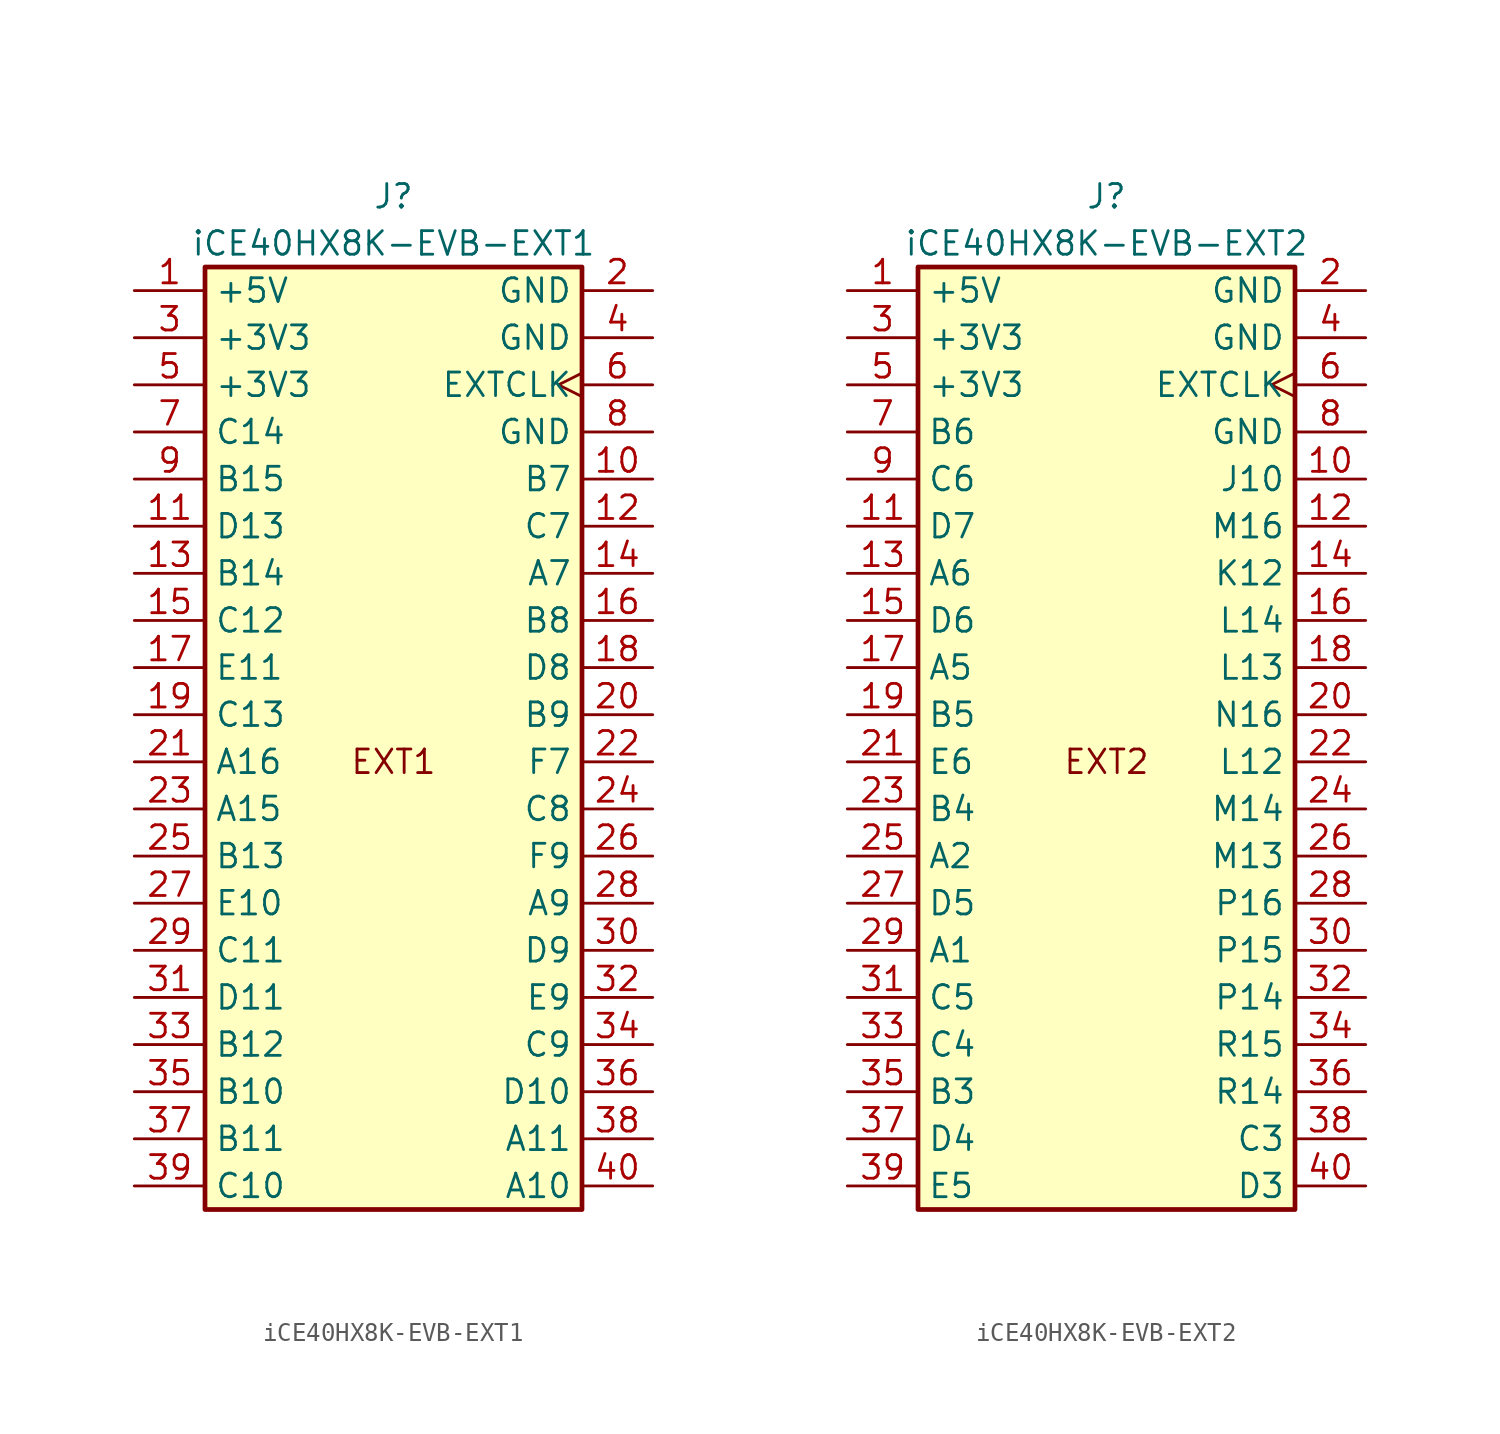
<source format=kicad_sym>
(kicad_symbol_lib
  (version 20211014)
  (generator kicad_symbol_editor)
  (symbol "iCE40HX8K-EVB-EXT1"
    (property "Reference" "J"
      (at 0 30.48 0)
      (effects (font (size 1.27 1.27))))
    (property "Value" "iCE40HX8K-EVB-EXT1"
      (at 0 27.94 0)
      (effects (font (size 1.27 1.27))))
    (symbol "iCE40HX8K-EVB-EXT1_1_0"
      (text "EXT1" (at 0 0 0) (effects (font (size 1.27 1.27)))))
    (symbol "iCE40HX8K-EVB-EXT1_1_1"
      (rectangle (start -10.16 26.67) (end 10.16 -24.13) (stroke (width 0.254) (type default) (color 0 0 0 0)) (fill (type background)))
      (pin power_out line (at -13.97 25.4 0) (length 3.81) (name "+5V" (effects (font (size 1.27 1.27)))) (number "1" (effects (font (size 1.27 1.27)))))
      (pin bidirectional line (at 13.97 15.24 180) (length 3.81) (name "B7" (effects (font (size 1.27 1.27)))) (number "10" (effects (font (size 1.27 1.27)))))
      (pin bidirectional line (at -13.97 12.7 0) (length 3.81) (name "D13" (effects (font (size 1.27 1.27)))) (number "11" (effects (font (size 1.27 1.27)))))
      (pin bidirectional line (at 13.97 12.7 180) (length 3.81) (name "C7" (effects (font (size 1.27 1.27)))) (number "12" (effects (font (size 1.27 1.27)))))
      (pin bidirectional line (at -13.97 10.16 0) (length 3.81) (name "B14" (effects (font (size 1.27 1.27)))) (number "13" (effects (font (size 1.27 1.27)))))
      (pin bidirectional line (at 13.97 10.16 180) (length 3.81) (name "A7" (effects (font (size 1.27 1.27)))) (number "14" (effects (font (size 1.27 1.27)))))
      (pin bidirectional line (at -13.97 7.62 0) (length 3.81) (name "C12" (effects (font (size 1.27 1.27)))) (number "15" (effects (font (size 1.27 1.27)))))
      (pin bidirectional line (at 13.97 7.62 180) (length 3.81) (name "B8" (effects (font (size 1.27 1.27)))) (number "16" (effects (font (size 1.27 1.27)))))
      (pin bidirectional line (at -13.97 5.08 0) (length 3.81) (name "E11" (effects (font (size 1.27 1.27)))) (number "17" (effects (font (size 1.27 1.27)))))
      (pin bidirectional line (at 13.97 5.08 180) (length 3.81) (name "D8" (effects (font (size 1.27 1.27)))) (number "18" (effects (font (size 1.27 1.27)))))
      (pin bidirectional line (at -13.97 2.54 0) (length 3.81) (name "C13" (effects (font (size 1.27 1.27)))) (number "19" (effects (font (size 1.27 1.27)))))
      (pin power_out line (at 13.97 25.4 180) (length 3.81) (name "GND" (effects (font (size 1.27 1.27)))) (number "2" (effects (font (size 1.27 1.27)))))
      (pin bidirectional line (at 13.97 2.54 180) (length 3.81) (name "B9" (effects (font (size 1.27 1.27)))) (number "20" (effects (font (size 1.27 1.27)))))
      (pin bidirectional line (at -13.97 0 0) (length 3.81) (name "A16" (effects (font (size 1.27 1.27)))) (number "21" (effects (font (size 1.27 1.27)))))
      (pin bidirectional line (at 13.97 0 180) (length 3.81) (name "F7" (effects (font (size 1.27 1.27)))) (number "22" (effects (font (size 1.27 1.27)))))
      (pin bidirectional line (at -13.97 -2.54 0) (length 3.81) (name "A15" (effects (font (size 1.27 1.27)))) (number "23" (effects (font (size 1.27 1.27)))))
      (pin bidirectional line (at 13.97 -2.54 180) (length 3.81) (name "C8" (effects (font (size 1.27 1.27)))) (number "24" (effects (font (size 1.27 1.27)))))
      (pin bidirectional line (at -13.97 -5.08 0) (length 3.81) (name "B13" (effects (font (size 1.27 1.27)))) (number "25" (effects (font (size 1.27 1.27)))))
      (pin bidirectional line (at 13.97 -5.08 180) (length 3.81) (name "F9" (effects (font (size 1.27 1.27)))) (number "26" (effects (font (size 1.27 1.27)))))
      (pin bidirectional line (at -13.97 -7.62 0) (length 3.81) (name "E10" (effects (font (size 1.27 1.27)))) (number "27" (effects (font (size 1.27 1.27)))))
      (pin bidirectional line (at 13.97 -7.62 180) (length 3.81) (name "A9" (effects (font (size 1.27 1.27)))) (number "28" (effects (font (size 1.27 1.27)))))
      (pin bidirectional line (at -13.97 -10.16 0) (length 3.81) (name "C11" (effects (font (size 1.27 1.27)))) (number "29" (effects (font (size 1.27 1.27)))))
      (pin power_out line (at -13.97 22.86 0) (length 3.81) (name "+3V3" (effects (font (size 1.27 1.27)))) (number "3" (effects (font (size 1.27 1.27)))))
      (pin bidirectional line (at 13.97 -10.16 180) (length 3.81) (name "D9" (effects (font (size 1.27 1.27)))) (number "30" (effects (font (size 1.27 1.27)))))
      (pin bidirectional line (at -13.97 -12.7 0) (length 3.81) (name "D11" (effects (font (size 1.27 1.27)))) (number "31" (effects (font (size 1.27 1.27)))))
      (pin bidirectional line (at 13.97 -12.7 180) (length 3.81) (name "E9" (effects (font (size 1.27 1.27)))) (number "32" (effects (font (size 1.27 1.27)))))
      (pin bidirectional line (at -13.97 -15.24 0) (length 3.81) (name "B12" (effects (font (size 1.27 1.27)))) (number "33" (effects (font (size 1.27 1.27)))))
      (pin bidirectional line (at 13.97 -15.24 180) (length 3.81) (name "C9" (effects (font (size 1.27 1.27)))) (number "34" (effects (font (size 1.27 1.27)))))
      (pin bidirectional line (at -13.97 -17.78 0) (length 3.81) (name "B10" (effects (font (size 1.27 1.27)))) (number "35" (effects (font (size 1.27 1.27)))))
      (pin bidirectional line (at 13.97 -17.78 180) (length 3.81) (name "D10" (effects (font (size 1.27 1.27)))) (number "36" (effects (font (size 1.27 1.27)))))
      (pin bidirectional line (at -13.97 -20.32 0) (length 3.81) (name "B11" (effects (font (size 1.27 1.27)))) (number "37" (effects (font (size 1.27 1.27)))))
      (pin bidirectional line (at 13.97 -20.32 180) (length 3.81) (name "A11" (effects (font (size 1.27 1.27)))) (number "38" (effects (font (size 1.27 1.27)))))
      (pin bidirectional line (at -13.97 -22.86 0) (length 3.81) (name "C10" (effects (font (size 1.27 1.27)))) (number "39" (effects (font (size 1.27 1.27)))))
      (pin power_out line (at 13.97 22.86 180) (length 3.81) (name "GND" (effects (font (size 1.27 1.27)))) (number "4" (effects (font (size 1.27 1.27)))))
      (pin bidirectional line (at 13.97 -22.86 180) (length 3.81) (name "A10" (effects (font (size 1.27 1.27)))) (number "40" (effects (font (size 1.27 1.27)))))
      (pin power_out line (at -13.97 20.32 0) (length 3.81) (name "+3V3" (effects (font (size 1.27 1.27)))) (number "5" (effects (font (size 1.27 1.27)))))
      (pin output clock (at 13.97 20.32 180) (length 3.81) (name "EXTCLK" (effects (font (size 1.27 1.27)))) (number "6" (effects (font (size 1.27 1.27)))))
      (pin bidirectional line (at -13.97 17.78 0) (length 3.81) (name "C14" (effects (font (size 1.27 1.27)))) (number "7" (effects (font (size 1.27 1.27)))))
      (pin power_out line (at 13.97 17.78 180) (length 3.81) (name "GND" (effects (font (size 1.27 1.27)))) (number "8" (effects (font (size 1.27 1.27)))))
      (pin bidirectional line (at -13.97 15.24 0) (length 3.81) (name "B15" (effects (font (size 1.27 1.27)))) (number "9" (effects (font (size 1.27 1.27)))))))
  (symbol "iCE40HX8K-EVB-EXT2"
    (property "Reference" "J"
      (at 0 30.48 0)
      (effects (font (size 1.27 1.27))))
    (property "Value" "iCE40HX8K-EVB-EXT2"
      (at 0 27.94 0)
      (effects (font (size 1.27 1.27))))
    (symbol "iCE40HX8K-EVB-EXT2_1_0"
      (text "EXT2" (at 0 0 0) (effects (font (size 1.27 1.27)))))
    (symbol "iCE40HX8K-EVB-EXT2_1_1"
      (rectangle (start -10.16 26.67) (end 10.16 -24.13) (stroke (width 0.254) (type default) (color 0 0 0 0)) (fill (type background)))
      (pin power_out line (at -13.97 25.4 0) (length 3.81) (name "+5V" (effects (font (size 1.27 1.27)))) (number "1" (effects (font (size 1.27 1.27)))))
      (pin bidirectional line (at 13.97 15.24 180) (length 3.81) (name "J10" (effects (font (size 1.27 1.27)))) (number "10" (effects (font (size 1.27 1.27)))))
      (pin bidirectional line (at -13.97 12.7 0) (length 3.81) (name "D7" (effects (font (size 1.27 1.27)))) (number "11" (effects (font (size 1.27 1.27)))))
      (pin bidirectional line (at 13.97 12.7 180) (length 3.81) (name "M16" (effects (font (size 1.27 1.27)))) (number "12" (effects (font (size 1.27 1.27)))))
      (pin bidirectional line (at -13.97 10.16 0) (length 3.81) (name "A6" (effects (font (size 1.27 1.27)))) (number "13" (effects (font (size 1.27 1.27)))))
      (pin bidirectional line (at 13.97 10.16 180) (length 3.81) (name "K12" (effects (font (size 1.27 1.27)))) (number "14" (effects (font (size 1.27 1.27)))))
      (pin bidirectional line (at -13.97 7.62 0) (length 3.81) (name "D6" (effects (font (size 1.27 1.27)))) (number "15" (effects (font (size 1.27 1.27)))))
      (pin bidirectional line (at 13.97 7.62 180) (length 3.81) (name "L14" (effects (font (size 1.27 1.27)))) (number "16" (effects (font (size 1.27 1.27)))))
      (pin bidirectional line (at -13.97 5.08 0) (length 3.81) (name "A5" (effects (font (size 1.27 1.27)))) (number "17" (effects (font (size 1.27 1.27)))))
      (pin bidirectional line (at 13.97 5.08 180) (length 3.81) (name "L13" (effects (font (size 1.27 1.27)))) (number "18" (effects (font (size 1.27 1.27)))))
      (pin bidirectional line (at -13.97 2.54 0) (length 3.81) (name "B5" (effects (font (size 1.27 1.27)))) (number "19" (effects (font (size 1.27 1.27)))))
      (pin power_out line (at 13.97 25.4 180) (length 3.81) (name "GND" (effects (font (size 1.27 1.27)))) (number "2" (effects (font (size 1.27 1.27)))))
      (pin bidirectional line (at 13.97 2.54 180) (length 3.81) (name "N16" (effects (font (size 1.27 1.27)))) (number "20" (effects (font (size 1.27 1.27)))))
      (pin bidirectional line (at -13.97 0 0) (length 3.81) (name "E6" (effects (font (size 1.27 1.27)))) (number "21" (effects (font (size 1.27 1.27)))))
      (pin bidirectional line (at 13.97 0 180) (length 3.81) (name "L12" (effects (font (size 1.27 1.27)))) (number "22" (effects (font (size 1.27 1.27)))))
      (pin bidirectional line (at -13.97 -2.54 0) (length 3.81) (name "B4" (effects (font (size 1.27 1.27)))) (number "23" (effects (font (size 1.27 1.27)))))
      (pin bidirectional line (at 13.97 -2.54 180) (length 3.81) (name "M14" (effects (font (size 1.27 1.27)))) (number "24" (effects (font (size 1.27 1.27)))))
      (pin bidirectional line (at -13.97 -5.08 0) (length 3.81) (name "A2" (effects (font (size 1.27 1.27)))) (number "25" (effects (font (size 1.27 1.27)))))
      (pin bidirectional line (at 13.97 -5.08 180) (length 3.81) (name "M13" (effects (font (size 1.27 1.27)))) (number "26" (effects (font (size 1.27 1.27)))))
      (pin bidirectional line (at -13.97 -7.62 0) (length 3.81) (name "D5" (effects (font (size 1.27 1.27)))) (number "27" (effects (font (size 1.27 1.27)))))
      (pin bidirectional line (at 13.97 -7.62 180) (length 3.81) (name "P16" (effects (font (size 1.27 1.27)))) (number "28" (effects (font (size 1.27 1.27)))))
      (pin bidirectional line (at -13.97 -10.16 0) (length 3.81) (name "A1" (effects (font (size 1.27 1.27)))) (number "29" (effects (font (size 1.27 1.27)))))
      (pin power_out line (at -13.97 22.86 0) (length 3.81) (name "+3V3" (effects (font (size 1.27 1.27)))) (number "3" (effects (font (size 1.27 1.27)))))
      (pin bidirectional line (at 13.97 -10.16 180) (length 3.81) (name "P15" (effects (font (size 1.27 1.27)))) (number "30" (effects (font (size 1.27 1.27)))))
      (pin bidirectional line (at -13.97 -12.7 0) (length 3.81) (name "C5" (effects (font (size 1.27 1.27)))) (number "31" (effects (font (size 1.27 1.27)))))
      (pin bidirectional line (at 13.97 -12.7 180) (length 3.81) (name "P14" (effects (font (size 1.27 1.27)))) (number "32" (effects (font (size 1.27 1.27)))))
      (pin bidirectional line (at -13.97 -15.24 0) (length 3.81) (name "C4" (effects (font (size 1.27 1.27)))) (number "33" (effects (font (size 1.27 1.27)))))
      (pin bidirectional line (at 13.97 -15.24 180) (length 3.81) (name "R15" (effects (font (size 1.27 1.27)))) (number "34" (effects (font (size 1.27 1.27)))))
      (pin bidirectional line (at -13.97 -17.78 0) (length 3.81) (name "B3" (effects (font (size 1.27 1.27)))) (number "35" (effects (font (size 1.27 1.27)))))
      (pin bidirectional line (at 13.97 -17.78 180) (length 3.81) (name "R14" (effects (font (size 1.27 1.27)))) (number "36" (effects (font (size 1.27 1.27)))))
      (pin bidirectional line (at -13.97 -20.32 0) (length 3.81) (name "D4" (effects (font (size 1.27 1.27)))) (number "37" (effects (font (size 1.27 1.27)))))
      (pin bidirectional line (at 13.97 -20.32 180) (length 3.81) (name "C3" (effects (font (size 1.27 1.27)))) (number "38" (effects (font (size 1.27 1.27)))))
      (pin bidirectional line (at -13.97 -22.86 0) (length 3.81) (name "E5" (effects (font (size 1.27 1.27)))) (number "39" (effects (font (size 1.27 1.27)))))
      (pin power_out line (at 13.97 22.86 180) (length 3.81) (name "GND" (effects (font (size 1.27 1.27)))) (number "4" (effects (font (size 1.27 1.27)))))
      (pin bidirectional line (at 13.97 -22.86 180) (length 3.81) (name "D3" (effects (font (size 1.27 1.27)))) (number "40" (effects (font (size 1.27 1.27)))))
      (pin power_out line (at -13.97 20.32 0) (length 3.81) (name "+3V3" (effects (font (size 1.27 1.27)))) (number "5" (effects (font (size 1.27 1.27)))))
      (pin output clock (at 13.97 20.32 180) (length 3.81) (name "EXTCLK" (effects (font (size 1.27 1.27)))) (number "6" (effects (font (size 1.27 1.27)))))
      (pin bidirectional line (at -13.97 17.78 0) (length 3.81) (name "B6" (effects (font (size 1.27 1.27)))) (number "7" (effects (font (size 1.27 1.27)))))
      (pin power_out line (at 13.97 17.78 180) (length 3.81) (name "GND" (effects (font (size 1.27 1.27)))) (number "8" (effects (font (size 1.27 1.27)))))
      (pin bidirectional line (at -13.97 15.24 0) (length 3.81) (name "C6" (effects (font (size 1.27 1.27)))) (number "9" (effects (font (size 1.27 1.27))))))))
</source>
